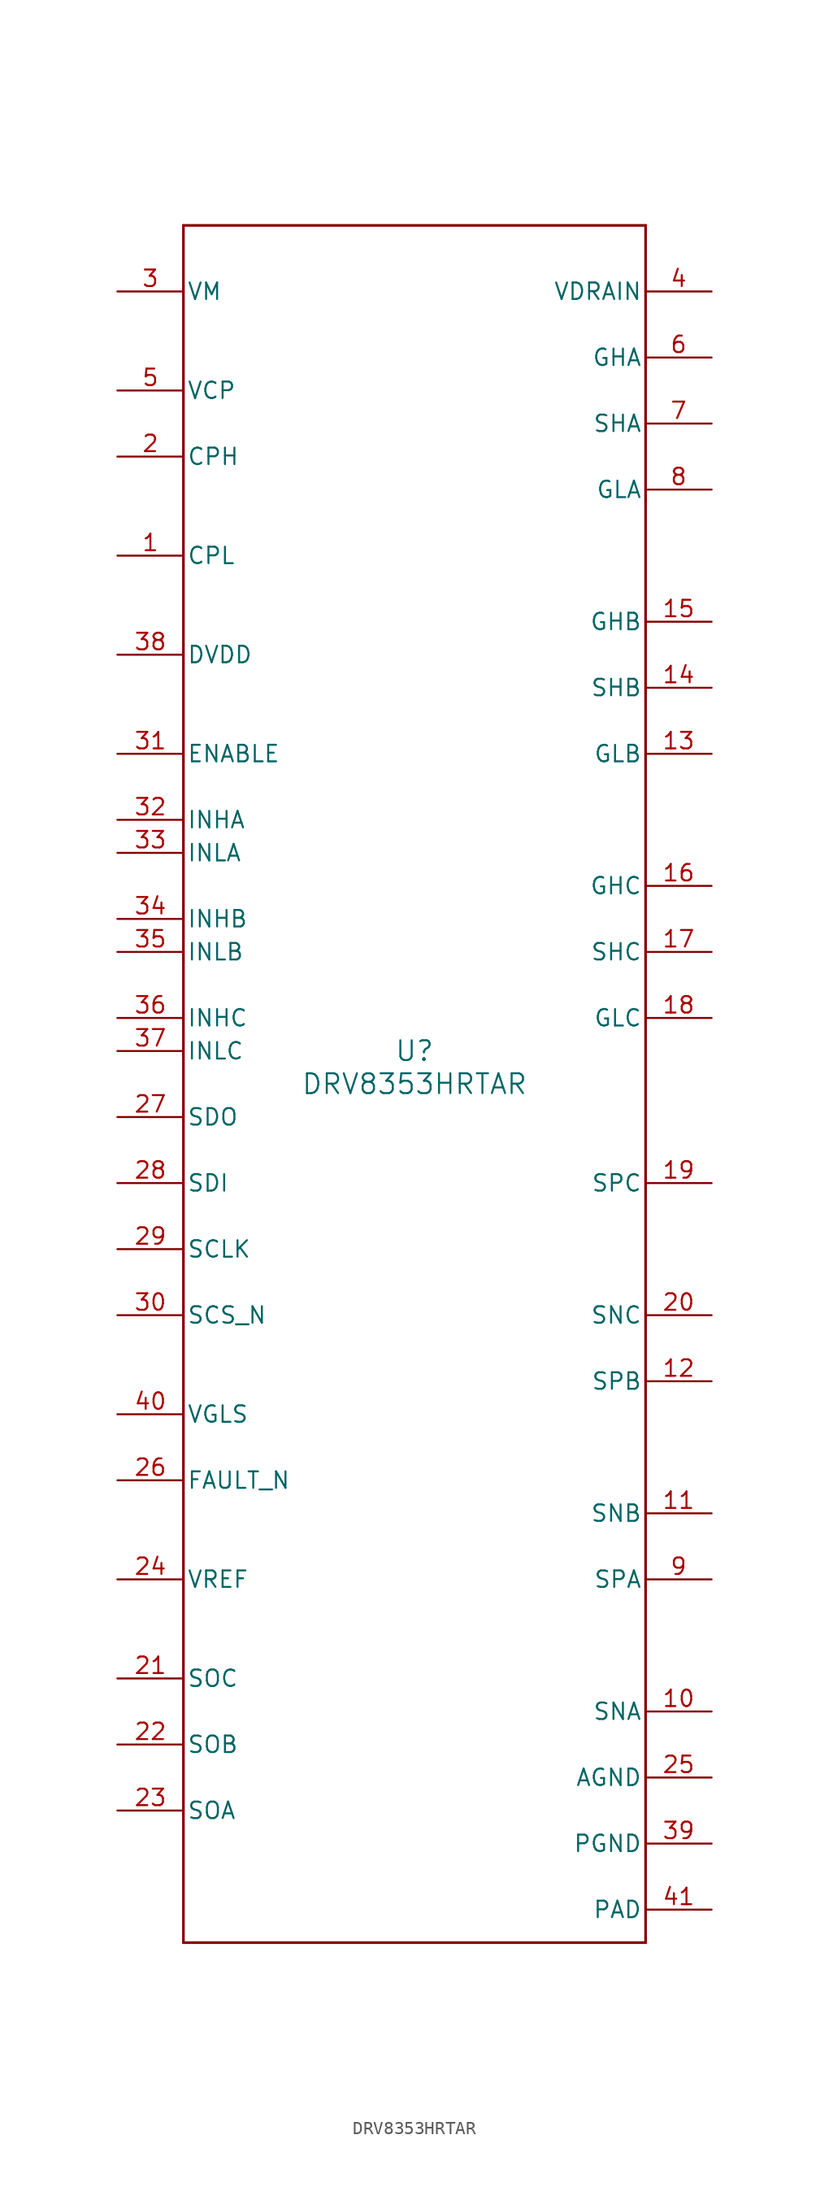
<source format=kicad_sym>
(kicad_symbol_lib
  (version 20241209)
  (generator "kicad_symbol_editor")
  (generator_version "9.0")
  (symbol "DRV8353HRTAR"
    (pin_names
      (offset 0.254))
    (property "Reference" "U"
      (at 0 2.54 0)
      (effects (font (size 1.524 1.524))))
    (property "Value" "DRV8353HRTAR"
      (at 0 0 0)
      (effects (font (size 1.524 1.524))))
    (symbol "DRV8353HRTAR_0_1"
      (polyline (pts (xy -17.78 66.04) (xy -17.78 -66.04)) (stroke (width 0.203) (type default)) (fill (type none)))
      (polyline (pts (xy -17.78 -66.04) (xy 17.78 -66.04)) (stroke (width 0.203) (type default)) (fill (type none)))
      (polyline (pts (xy 17.78 66.04) (xy -17.78 66.04)) (stroke (width 0.203) (type default)) (fill (type none)))
      (polyline (pts (xy 17.78 -66.04) (xy 17.78 66.04)) (stroke (width 0.203) (type default)) (fill (type none)))
      (pin power_in line (at -22.86 60.96 0) (length 5.08) (name "VM" (effects (font (size 1.27 1.27)))) (number "3" (effects (font (size 1.27 1.27)))))
      (pin power_in line (at -22.86 53.34 0) (length 5.08) (name "VCP" (effects (font (size 1.27 1.27)))) (number "5" (effects (font (size 1.27 1.27)))))
      (pin unspecified line (at -22.86 48.26 0) (length 5.08) (name "CPH" (effects (font (size 1.27 1.27)))) (number "2" (effects (font (size 1.27 1.27)))))
      (pin unspecified line (at -22.86 40.64 0) (length 5.08) (name "CPL" (effects (font (size 1.27 1.27)))) (number "1" (effects (font (size 1.27 1.27)))))
      (pin power_in line (at -22.86 33.02 0) (length 5.08) (name "DVDD" (effects (font (size 1.27 1.27)))) (number "38" (effects (font (size 1.27 1.27)))))
      (pin input line (at -22.86 25.4 0) (length 5.08) (name "ENABLE" (effects (font (size 1.27 1.27)))) (number "31" (effects (font (size 1.27 1.27)))))
      (pin input line (at -22.86 20.32 0) (length 5.08) (name "INHA" (effects (font (size 1.27 1.27)))) (number "32" (effects (font (size 1.27 1.27)))))
      (pin input line (at -22.86 17.78 0) (length 5.08) (name "INLA" (effects (font (size 1.27 1.27)))) (number "33" (effects (font (size 1.27 1.27)))))
      (pin input line (at -22.86 12.7 0) (length 5.08) (name "INHB" (effects (font (size 1.27 1.27)))) (number "34" (effects (font (size 1.27 1.27)))))
      (pin input line (at -22.86 10.16 0) (length 5.08) (name "INLB" (effects (font (size 1.27 1.27)))) (number "35" (effects (font (size 1.27 1.27)))))
      (pin input line (at -22.86 5.08 0) (length 5.08) (name "INHC" (effects (font (size 1.27 1.27)))) (number "36" (effects (font (size 1.27 1.27)))))
      (pin input line (at -22.86 2.54 0) (length 5.08) (name "INLC" (effects (font (size 1.27 1.27)))) (number "37" (effects (font (size 1.27 1.27)))))
      (pin unspecified line (at -22.86 -2.54 0) (length 5.08) (name "SDO" (effects (font (size 1.27 1.27)))) (number "27" (effects (font (size 1.27 1.27)))))
      (pin input line (at -22.86 -7.62 0) (length 5.08) (name "SDI" (effects (font (size 1.27 1.27)))) (number "28" (effects (font (size 1.27 1.27)))))
      (pin input line (at -22.86 -12.7 0) (length 5.08) (name "SCLK" (effects (font (size 1.27 1.27)))) (number "29" (effects (font (size 1.27 1.27)))))
      (pin input line (at -22.86 -17.78 0) (length 5.08) (name "SCS_N" (effects (font (size 1.27 1.27)))) (number "30" (effects (font (size 1.27 1.27)))))
      (pin power_in line (at -22.86 -25.4 0) (length 5.08) (name "VGLS" (effects (font (size 1.27 1.27)))) (number "40" (effects (font (size 1.27 1.27)))))
      (pin open_collector line (at -22.86 -30.48 0) (length 5.08) (name "FAULT_N" (effects (font (size 1.27 1.27)))) (number "26" (effects (font (size 1.27 1.27)))))
      (pin input line (at -22.86 -38.1 0) (length 5.08) (name "VREF" (effects (font (size 1.27 1.27)))) (number "24" (effects (font (size 1.27 1.27)))))
      (pin output line (at -22.86 -45.72 0) (length 5.08) (name "SOC" (effects (font (size 1.27 1.27)))) (number "21" (effects (font (size 1.27 1.27)))))
      (pin output line (at -22.86 -50.8 0) (length 5.08) (name "SOB" (effects (font (size 1.27 1.27)))) (number "22" (effects (font (size 1.27 1.27)))))
      (pin output line (at -22.86 -55.88 0) (length 5.08) (name "SOA" (effects (font (size 1.27 1.27)))) (number "23" (effects (font (size 1.27 1.27)))))
      (pin input line (at 22.86 60.96 180) (length 5.08) (name "VDRAIN" (effects (font (size 1.27 1.27)))) (number "4" (effects (font (size 1.27 1.27)))))
      (pin output line (at 22.86 55.88 180) (length 5.08) (name "GHA" (effects (font (size 1.27 1.27)))) (number "6" (effects (font (size 1.27 1.27)))))
      (pin input line (at 22.86 50.8 180) (length 5.08) (name "SHA" (effects (font (size 1.27 1.27)))) (number "7" (effects (font (size 1.27 1.27)))))
      (pin output line (at 22.86 45.72 180) (length 5.08) (name "GLA" (effects (font (size 1.27 1.27)))) (number "8" (effects (font (size 1.27 1.27)))))
      (pin output line (at 22.86 35.56 180) (length 5.08) (name "GHB" (effects (font (size 1.27 1.27)))) (number "15" (effects (font (size 1.27 1.27)))))
      (pin input line (at 22.86 30.48 180) (length 5.08) (name "SHB" (effects (font (size 1.27 1.27)))) (number "14" (effects (font (size 1.27 1.27)))))
      (pin output line (at 22.86 25.4 180) (length 5.08) (name "GLB" (effects (font (size 1.27 1.27)))) (number "13" (effects (font (size 1.27 1.27)))))
      (pin output line (at 22.86 15.24 180) (length 5.08) (name "GHC" (effects (font (size 1.27 1.27)))) (number "16" (effects (font (size 1.27 1.27)))))
      (pin input line (at 22.86 10.16 180) (length 5.08) (name "SHC" (effects (font (size 1.27 1.27)))) (number "17" (effects (font (size 1.27 1.27)))))
      (pin output line (at 22.86 5.08 180) (length 5.08) (name "GLC" (effects (font (size 1.27 1.27)))) (number "18" (effects (font (size 1.27 1.27)))))
      (pin input line (at 22.86 -7.62 180) (length 5.08) (name "SPC" (effects (font (size 1.27 1.27)))) (number "19" (effects (font (size 1.27 1.27)))))
      (pin input line (at 22.86 -17.78 180) (length 5.08) (name "SNC" (effects (font (size 1.27 1.27)))) (number "20" (effects (font (size 1.27 1.27)))))
      (pin input line (at 22.86 -22.86 180) (length 5.08) (name "SPB" (effects (font (size 1.27 1.27)))) (number "12" (effects (font (size 1.27 1.27)))))
      (pin input line (at 22.86 -33.02 180) (length 5.08) (name "SNB" (effects (font (size 1.27 1.27)))) (number "11" (effects (font (size 1.27 1.27)))))
      (pin input line (at 22.86 -38.1 180) (length 5.08) (name "SPA" (effects (font (size 1.27 1.27)))) (number "9" (effects (font (size 1.27 1.27)))))
      (pin input line (at 22.86 -48.26 180) (length 5.08) (name "SNA" (effects (font (size 1.27 1.27)))) (number "10" (effects (font (size 1.27 1.27)))))
      (pin power_in line (at 22.86 -53.34 180) (length 5.08) (name "AGND" (effects (font (size 1.27 1.27)))) (number "25" (effects (font (size 1.27 1.27)))))
      (pin power_in line (at 22.86 -58.42 180) (length 5.08) (name "PGND" (effects (font (size 1.27 1.27)))) (number "39" (effects (font (size 1.27 1.27)))))
      (pin power_in line (at 22.86 -63.5 180) (length 5.08) (name "PAD" (effects (font (size 1.27 1.27)))) (number "41" (effects (font (size 1.27 1.27))))))))
</source>
